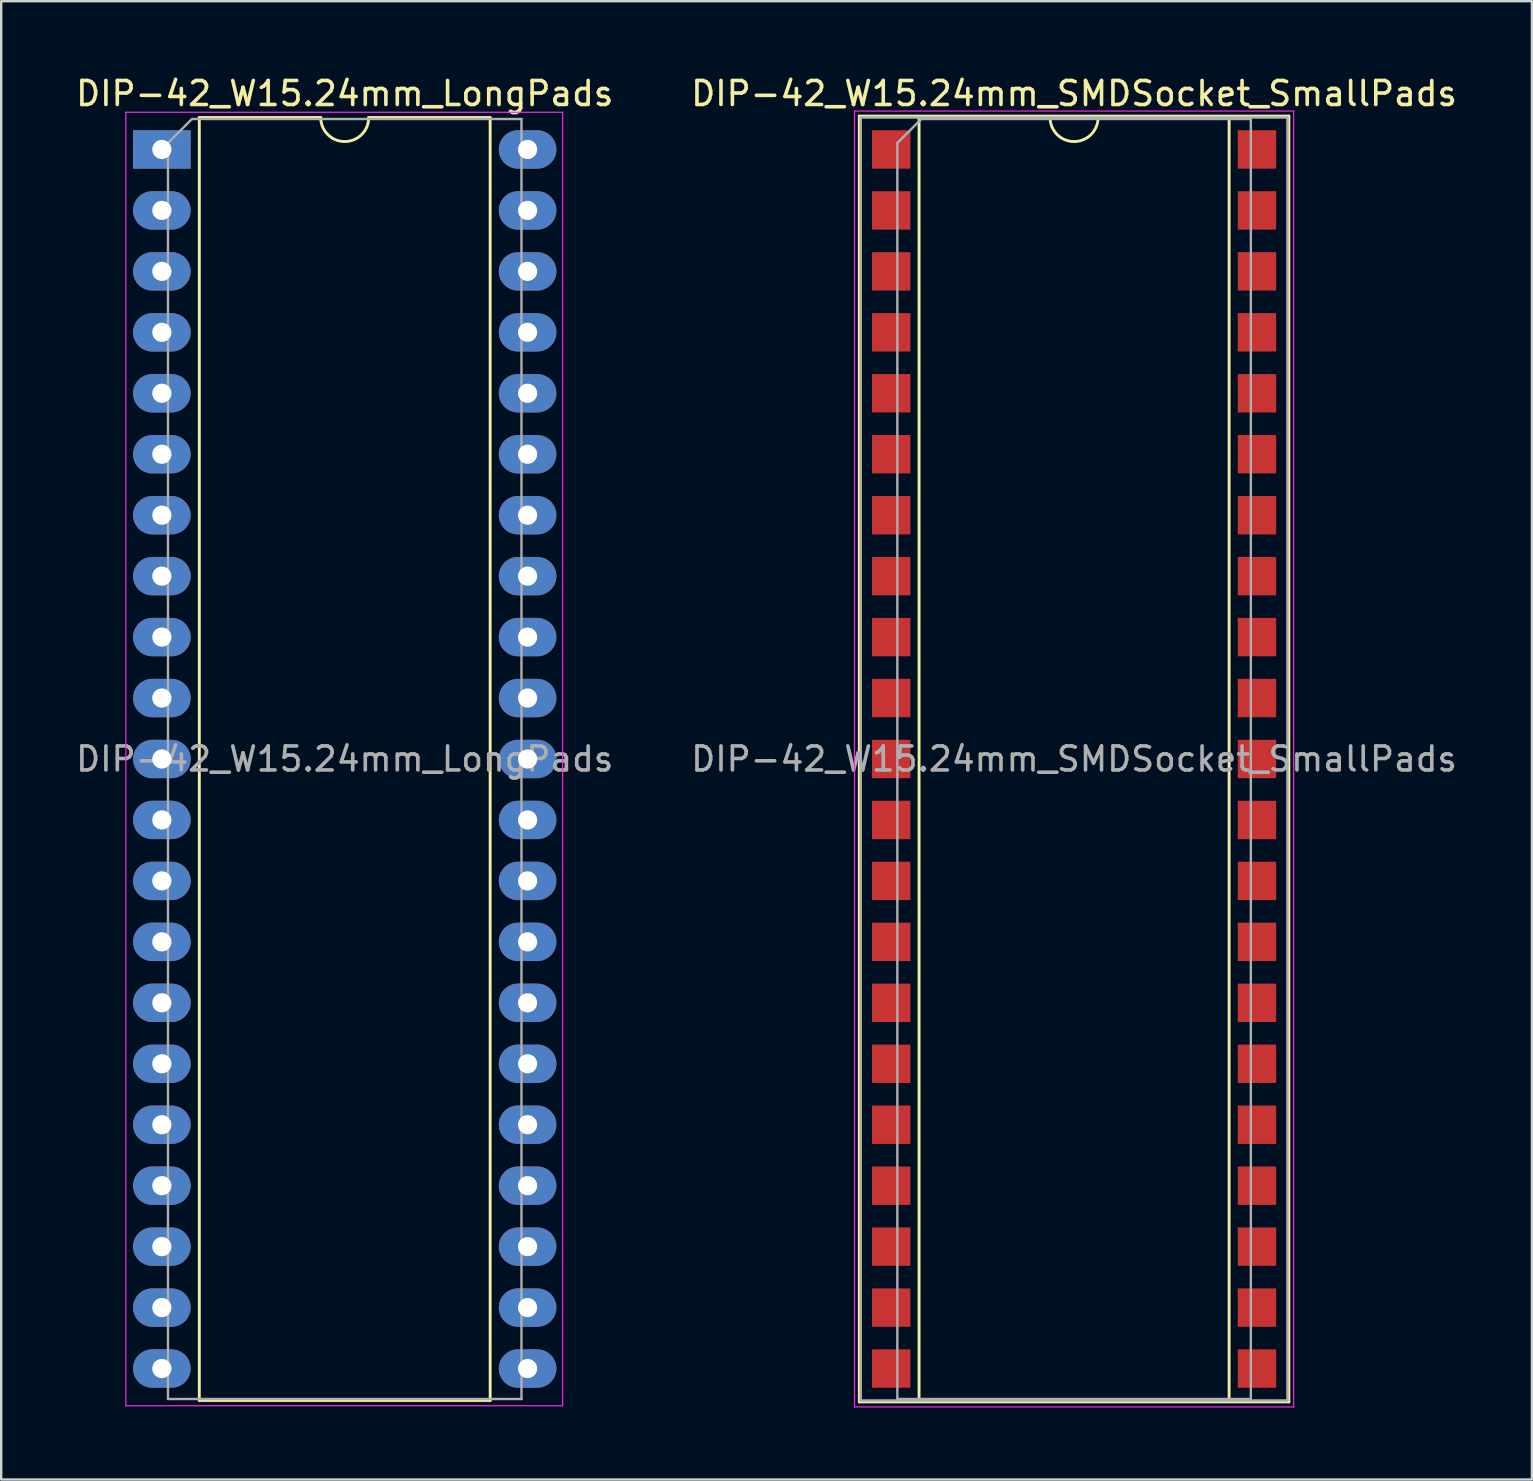
<source format=kicad_pcb>
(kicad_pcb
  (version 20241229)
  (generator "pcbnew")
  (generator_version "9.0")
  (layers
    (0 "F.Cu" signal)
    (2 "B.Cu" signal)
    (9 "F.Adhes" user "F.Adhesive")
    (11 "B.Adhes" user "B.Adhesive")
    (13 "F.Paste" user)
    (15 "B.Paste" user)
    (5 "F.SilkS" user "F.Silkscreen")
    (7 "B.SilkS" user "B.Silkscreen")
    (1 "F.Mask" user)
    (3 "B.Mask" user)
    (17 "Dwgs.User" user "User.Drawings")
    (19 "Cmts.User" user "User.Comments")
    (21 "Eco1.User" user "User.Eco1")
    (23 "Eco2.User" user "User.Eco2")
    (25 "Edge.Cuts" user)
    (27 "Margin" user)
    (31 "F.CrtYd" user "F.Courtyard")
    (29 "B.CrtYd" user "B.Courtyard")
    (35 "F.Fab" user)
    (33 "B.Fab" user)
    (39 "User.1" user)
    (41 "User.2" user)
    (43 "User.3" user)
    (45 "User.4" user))
  (footprint "DIP-42_W15.24mm_LongPads"
    (layer "F.Cu")
    (at 3.695 3.178)
    (property "Reference" "DIP-42_W15.24mm_LongPads" (at 7.62 -2.33 0) (layer "F.SilkS") (effects (font (size 1 1) (thickness 0.15))))
    (attr through_hole)
    (fp_line (start 1.56 -1.33) (end 1.56 52.13) (stroke (width 0.12) (type solid)) (layer "F.SilkS"))
    (fp_line (start 1.56 52.13) (end 13.68 52.13) (stroke (width 0.12) (type solid)) (layer "F.SilkS"))
    (fp_line (start 6.62 -1.33) (end 1.56 -1.33) (stroke (width 0.12) (type solid)) (layer "F.SilkS"))
    (fp_line (start 13.68 -1.33) (end 8.62 -1.33) (stroke (width 0.12) (type solid)) (layer "F.SilkS"))
    (fp_line (start 13.68 52.13) (end 13.68 -1.33) (stroke (width 0.12) (type solid)) (layer "F.SilkS"))
    (fp_arc (start 8.62 -1.33) (mid 7.62 -0.33) (end 6.62 -1.33) (stroke (width 0.12) (type solid)) (layer "F.SilkS"))
    (fp_line (start -1.5 -1.55) (end -1.5 52.35) (stroke (width 0.05) (type solid)) (layer "F.CrtYd"))
    (fp_line (start -1.5 52.35) (end 16.7 52.35) (stroke (width 0.05) (type solid)) (layer "F.CrtYd"))
    (fp_line (start 16.7 -1.55) (end -1.5 -1.55) (stroke (width 0.05) (type solid)) (layer "F.CrtYd"))
    (fp_line (start 16.7 52.35) (end 16.7 -1.55) (stroke (width 0.05) (type solid)) (layer "F.CrtYd"))
    (fp_line (start 0.255 -0.27) (end 1.255 -1.27) (stroke (width 0.1) (type solid)) (layer "F.Fab"))
    (fp_line (start 0.255 52.07) (end 0.255 -0.27) (stroke (width 0.1) (type solid)) (layer "F.Fab"))
    (fp_line (start 1.255 -1.27) (end 14.985 -1.27) (stroke (width 0.1) (type solid)) (layer "F.Fab"))
    (fp_line (start 14.985 -1.27) (end 14.985 52.07) (stroke (width 0.1) (type solid)) (layer "F.Fab"))
    (fp_line (start 14.985 52.07) (end 0.255 52.07) (stroke (width 0.1) (type solid)) (layer "F.Fab"))
    (fp_text user "${REFERENCE}" (at 7.62 25.4 0) (layer "F.Fab") (effects (font (size 1 1) (thickness 0.15))))
    (pad "1" thru_hole rect (at 0 0) (size 2.4 1.6) (drill 0.8) (layers "*.Cu" "*.Mask"))
    (pad "2" thru_hole oval (at 0 2.54) (size 2.4 1.6) (drill 0.8) (layers "*.Cu" "*.Mask"))
    (pad "3" thru_hole oval (at 0 5.08) (size 2.4 1.6) (drill 0.8) (layers "*.Cu" "*.Mask"))
    (pad "4" thru_hole oval (at 0 7.62) (size 2.4 1.6) (drill 0.8) (layers "*.Cu" "*.Mask"))
    (pad "5" thru_hole oval (at 0 10.16) (size 2.4 1.6) (drill 0.8) (layers "*.Cu" "*.Mask"))
    (pad "6" thru_hole oval (at 0 12.7) (size 2.4 1.6) (drill 0.8) (layers "*.Cu" "*.Mask"))
    (pad "7" thru_hole oval (at 0 15.24) (size 2.4 1.6) (drill 0.8) (layers "*.Cu" "*.Mask"))
    (pad "8" thru_hole oval (at 0 17.78) (size 2.4 1.6) (drill 0.8) (layers "*.Cu" "*.Mask"))
    (pad "9" thru_hole oval (at 0 20.32) (size 2.4 1.6) (drill 0.8) (layers "*.Cu" "*.Mask"))
    (pad "10" thru_hole oval (at 0 22.86) (size 2.4 1.6) (drill 0.8) (layers "*.Cu" "*.Mask"))
    (pad "11" thru_hole oval (at 0 25.4) (size 2.4 1.6) (drill 0.8) (layers "*.Cu" "*.Mask"))
    (pad "12" thru_hole oval (at 0 27.94) (size 2.4 1.6) (drill 0.8) (layers "*.Cu" "*.Mask"))
    (pad "13" thru_hole oval (at 0 30.48) (size 2.4 1.6) (drill 0.8) (layers "*.Cu" "*.Mask"))
    (pad "14" thru_hole oval (at 0 33.02) (size 2.4 1.6) (drill 0.8) (layers "*.Cu" "*.Mask"))
    (pad "15" thru_hole oval (at 0 35.56) (size 2.4 1.6) (drill 0.8) (layers "*.Cu" "*.Mask"))
    (pad "16" thru_hole oval (at 0 38.1) (size 2.4 1.6) (drill 0.8) (layers "*.Cu" "*.Mask"))
    (pad "17" thru_hole oval (at 0 40.64) (size 2.4 1.6) (drill 0.8) (layers "*.Cu" "*.Mask"))
    (pad "18" thru_hole oval (at 0 43.18) (size 2.4 1.6) (drill 0.8) (layers "*.Cu" "*.Mask"))
    (pad "19" thru_hole oval (at 0 45.72) (size 2.4 1.6) (drill 0.8) (layers "*.Cu" "*.Mask"))
    (pad "20" thru_hole oval (at 0 48.26) (size 2.4 1.6) (drill 0.8) (layers "*.Cu" "*.Mask"))
    (pad "21" thru_hole oval (at 0 50.8) (size 2.4 1.6) (drill 0.8) (layers "*.Cu" "*.Mask"))
    (pad "22" thru_hole oval (at 15.24 50.8) (size 2.4 1.6) (drill 0.8) (layers "*.Cu" "*.Mask"))
    (pad "23" thru_hole oval (at 15.24 48.26) (size 2.4 1.6) (drill 0.8) (layers "*.Cu" "*.Mask"))
    (pad "24" thru_hole oval (at 15.24 45.72) (size 2.4 1.6) (drill 0.8) (layers "*.Cu" "*.Mask"))
    (pad "25" thru_hole oval (at 15.24 43.18) (size 2.4 1.6) (drill 0.8) (layers "*.Cu" "*.Mask"))
    (pad "26" thru_hole oval (at 15.24 40.64) (size 2.4 1.6) (drill 0.8) (layers "*.Cu" "*.Mask"))
    (pad "27" thru_hole oval (at 15.24 38.1) (size 2.4 1.6) (drill 0.8) (layers "*.Cu" "*.Mask"))
    (pad "28" thru_hole oval (at 15.24 35.56) (size 2.4 1.6) (drill 0.8) (layers "*.Cu" "*.Mask"))
    (pad "29" thru_hole oval (at 15.24 33.02) (size 2.4 1.6) (drill 0.8) (layers "*.Cu" "*.Mask"))
    (pad "30" thru_hole oval (at 15.24 30.48) (size 2.4 1.6) (drill 0.8) (layers "*.Cu" "*.Mask"))
    (pad "31" thru_hole oval (at 15.24 27.94) (size 2.4 1.6) (drill 0.8) (layers "*.Cu" "*.Mask"))
    (pad "32" thru_hole oval (at 15.24 25.4) (size 2.4 1.6) (drill 0.8) (layers "*.Cu" "*.Mask"))
    (pad "33" thru_hole oval (at 15.24 22.86) (size 2.4 1.6) (drill 0.8) (layers "*.Cu" "*.Mask"))
    (pad "34" thru_hole oval (at 15.24 20.32) (size 2.4 1.6) (drill 0.8) (layers "*.Cu" "*.Mask"))
    (pad "35" thru_hole oval (at 15.24 17.78) (size 2.4 1.6) (drill 0.8) (layers "*.Cu" "*.Mask"))
    (pad "36" thru_hole oval (at 15.24 15.24) (size 2.4 1.6) (drill 0.8) (layers "*.Cu" "*.Mask"))
    (pad "37" thru_hole oval (at 15.24 12.7) (size 2.4 1.6) (drill 0.8) (layers "*.Cu" "*.Mask"))
    (pad "38" thru_hole oval (at 15.24 10.16) (size 2.4 1.6) (drill 0.8) (layers "*.Cu" "*.Mask"))
    (pad "39" thru_hole oval (at 15.24 7.62) (size 2.4 1.6) (drill 0.8) (layers "*.Cu" "*.Mask"))
    (pad "40" thru_hole oval (at 15.24 5.08) (size 2.4 1.6) (drill 0.8) (layers "*.Cu" "*.Mask"))
    (pad "41" thru_hole oval (at 15.24 2.54) (size 2.4 1.6) (drill 0.8) (layers "*.Cu" "*.Mask"))
    (pad "42" thru_hole oval (at 15.24 0) (size 2.4 1.6) (drill 0.8) (layers "*.Cu" "*.Mask")))
  (footprint "DIP-42_W15.24mm_SMDSocket_SmallPads"
    (layer "F.Cu")
    (at 41.708 28.578)
    (property "Reference" "DIP-42_W15.24mm_SMDSocket_SmallPads" (at 0 -27.73 0) (layer "F.SilkS") (effects (font (size 1 1) (thickness 0.15))))
    (attr smd)
    (fp_line (start -8.95 -26.79) (end -8.95 26.79) (stroke (width 0.12) (type solid)) (layer "F.SilkS"))
    (fp_line (start -8.95 26.79) (end 8.95 26.79) (stroke (width 0.12) (type solid)) (layer "F.SilkS"))
    (fp_line (start -6.46 -26.73) (end -6.46 26.73) (stroke (width 0.12) (type solid)) (layer "F.SilkS"))
    (fp_line (start -6.46 26.73) (end 6.46 26.73) (stroke (width 0.12) (type solid)) (layer "F.SilkS"))
    (fp_line (start -1 -26.73) (end -6.46 -26.73) (stroke (width 0.12) (type solid)) (layer "F.SilkS"))
    (fp_line (start 6.46 -26.73) (end 1 -26.73) (stroke (width 0.12) (type solid)) (layer "F.SilkS"))
    (fp_line (start 6.46 26.73) (end 6.46 -26.73) (stroke (width 0.12) (type solid)) (layer "F.SilkS"))
    (fp_line (start 8.95 -26.79) (end -8.95 -26.79) (stroke (width 0.12) (type solid)) (layer "F.SilkS"))
    (fp_line (start 8.95 26.79) (end 8.95 -26.79) (stroke (width 0.12) (type solid)) (layer "F.SilkS"))
    (fp_arc (start 1 -26.73) (mid 0 -25.73) (end -1 -26.73) (stroke (width 0.12) (type solid)) (layer "F.SilkS"))
    (fp_line (start -9.15 -27) (end -9.15 27) (stroke (width 0.05) (type solid)) (layer "F.CrtYd"))
    (fp_line (start -9.15 27) (end 9.15 27) (stroke (width 0.05) (type solid)) (layer "F.CrtYd"))
    (fp_line (start 9.15 -27) (end -9.15 -27) (stroke (width 0.05) (type solid)) (layer "F.CrtYd"))
    (fp_line (start 9.15 27) (end 9.15 -27) (stroke (width 0.05) (type solid)) (layer "F.CrtYd"))
    (fp_line (start -8.89 -26.73) (end -8.89 26.73) (stroke (width 0.1) (type solid)) (layer "F.Fab"))
    (fp_line (start -8.89 26.73) (end 8.89 26.73) (stroke (width 0.1) (type solid)) (layer "F.Fab"))
    (fp_line (start -7.365 -25.67) (end -6.365 -26.67) (stroke (width 0.1) (type solid)) (layer "F.Fab"))
    (fp_line (start -7.365 26.67) (end -7.365 -25.67) (stroke (width 0.1) (type solid)) (layer "F.Fab"))
    (fp_line (start -6.365 -26.67) (end 7.365 -26.67) (stroke (width 0.1) (type solid)) (layer "F.Fab"))
    (fp_line (start 7.365 -26.67) (end 7.365 26.67) (stroke (width 0.1) (type solid)) (layer "F.Fab"))
    (fp_line (start 7.365 26.67) (end -7.365 26.67) (stroke (width 0.1) (type solid)) (layer "F.Fab"))
    (fp_line (start 8.89 -26.73) (end -8.89 -26.73) (stroke (width 0.1) (type solid)) (layer "F.Fab"))
    (fp_line (start 8.89 26.73) (end 8.89 -26.73) (stroke (width 0.1) (type solid)) (layer "F.Fab"))
    (fp_text user "${REFERENCE}" (at 0 0 0) (layer "F.Fab") (effects (font (size 1 1) (thickness 0.15))))
    (pad "1" smd rect (at -7.62 -25.4) (size 1.6 1.6) (layers "F.Cu" "F.Mask" "F.Paste"))
    (pad "2" smd rect (at -7.62 -22.86) (size 1.6 1.6) (layers "F.Cu" "F.Mask" "F.Paste"))
    (pad "3" smd rect (at -7.62 -20.32) (size 1.6 1.6) (layers "F.Cu" "F.Mask" "F.Paste"))
    (pad "4" smd rect (at -7.62 -17.78) (size 1.6 1.6) (layers "F.Cu" "F.Mask" "F.Paste"))
    (pad "5" smd rect (at -7.62 -15.24) (size 1.6 1.6) (layers "F.Cu" "F.Mask" "F.Paste"))
    (pad "6" smd rect (at -7.62 -12.7) (size 1.6 1.6) (layers "F.Cu" "F.Mask" "F.Paste"))
    (pad "7" smd rect (at -7.62 -10.16) (size 1.6 1.6) (layers "F.Cu" "F.Mask" "F.Paste"))
    (pad "8" smd rect (at -7.62 -7.62) (size 1.6 1.6) (layers "F.Cu" "F.Mask" "F.Paste"))
    (pad "9" smd rect (at -7.62 -5.08) (size 1.6 1.6) (layers "F.Cu" "F.Mask" "F.Paste"))
    (pad "10" smd rect (at -7.62 -2.54) (size 1.6 1.6) (layers "F.Cu" "F.Mask" "F.Paste"))
    (pad "11" smd rect (at -7.62 0) (size 1.6 1.6) (layers "F.Cu" "F.Mask" "F.Paste"))
    (pad "12" smd rect (at -7.62 2.54) (size 1.6 1.6) (layers "F.Cu" "F.Mask" "F.Paste"))
    (pad "13" smd rect (at -7.62 5.08) (size 1.6 1.6) (layers "F.Cu" "F.Mask" "F.Paste"))
    (pad "14" smd rect (at -7.62 7.62) (size 1.6 1.6) (layers "F.Cu" "F.Mask" "F.Paste"))
    (pad "15" smd rect (at -7.62 10.16) (size 1.6 1.6) (layers "F.Cu" "F.Mask" "F.Paste"))
    (pad "16" smd rect (at -7.62 12.7) (size 1.6 1.6) (layers "F.Cu" "F.Mask" "F.Paste"))
    (pad "17" smd rect (at -7.62 15.24) (size 1.6 1.6) (layers "F.Cu" "F.Mask" "F.Paste"))
    (pad "18" smd rect (at -7.62 17.78) (size 1.6 1.6) (layers "F.Cu" "F.Mask" "F.Paste"))
    (pad "19" smd rect (at -7.62 20.32) (size 1.6 1.6) (layers "F.Cu" "F.Mask" "F.Paste"))
    (pad "20" smd rect (at -7.62 22.86) (size 1.6 1.6) (layers "F.Cu" "F.Mask" "F.Paste"))
    (pad "21" smd rect (at -7.62 25.4) (size 1.6 1.6) (layers "F.Cu" "F.Mask" "F.Paste"))
    (pad "22" smd rect (at 7.62 25.4) (size 1.6 1.6) (layers "F.Cu" "F.Mask" "F.Paste"))
    (pad "23" smd rect (at 7.62 22.86) (size 1.6 1.6) (layers "F.Cu" "F.Mask" "F.Paste"))
    (pad "24" smd rect (at 7.62 20.32) (size 1.6 1.6) (layers "F.Cu" "F.Mask" "F.Paste"))
    (pad "25" smd rect (at 7.62 17.78) (size 1.6 1.6) (layers "F.Cu" "F.Mask" "F.Paste"))
    (pad "26" smd rect (at 7.62 15.24) (size 1.6 1.6) (layers "F.Cu" "F.Mask" "F.Paste"))
    (pad "27" smd rect (at 7.62 12.7) (size 1.6 1.6) (layers "F.Cu" "F.Mask" "F.Paste"))
    (pad "28" smd rect (at 7.62 10.16) (size 1.6 1.6) (layers "F.Cu" "F.Mask" "F.Paste"))
    (pad "29" smd rect (at 7.62 7.62) (size 1.6 1.6) (layers "F.Cu" "F.Mask" "F.Paste"))
    (pad "30" smd rect (at 7.62 5.08) (size 1.6 1.6) (layers "F.Cu" "F.Mask" "F.Paste"))
    (pad "31" smd rect (at 7.62 2.54) (size 1.6 1.6) (layers "F.Cu" "F.Mask" "F.Paste"))
    (pad "32" smd rect (at 7.62 0) (size 1.6 1.6) (layers "F.Cu" "F.Mask" "F.Paste"))
    (pad "33" smd rect (at 7.62 -2.54) (size 1.6 1.6) (layers "F.Cu" "F.Mask" "F.Paste"))
    (pad "34" smd rect (at 7.62 -5.08) (size 1.6 1.6) (layers "F.Cu" "F.Mask" "F.Paste"))
    (pad "35" smd rect (at 7.62 -7.62) (size 1.6 1.6) (layers "F.Cu" "F.Mask" "F.Paste"))
    (pad "36" smd rect (at 7.62 -10.16) (size 1.6 1.6) (layers "F.Cu" "F.Mask" "F.Paste"))
    (pad "37" smd rect (at 7.62 -12.7) (size 1.6 1.6) (layers "F.Cu" "F.Mask" "F.Paste"))
    (pad "38" smd rect (at 7.62 -15.24) (size 1.6 1.6) (layers "F.Cu" "F.Mask" "F.Paste"))
    (pad "39" smd rect (at 7.62 -17.78) (size 1.6 1.6) (layers "F.Cu" "F.Mask" "F.Paste"))
    (pad "40" smd rect (at 7.62 -20.32) (size 1.6 1.6) (layers "F.Cu" "F.Mask" "F.Paste"))
    (pad "41" smd rect (at 7.62 -22.86) (size 1.6 1.6) (layers "F.Cu" "F.Mask" "F.Paste"))
    (pad "42" smd rect (at 7.62 -25.4) (size 1.6 1.6) (layers "F.Cu" "F.Mask" "F.Paste")))
  (gr_rect
    (start -3 -3)
    (end 60.786 58.603)
    (stroke (width 0.1) (type default))
    (fill no)
    (layer "Edge.Cuts")))
</source>
